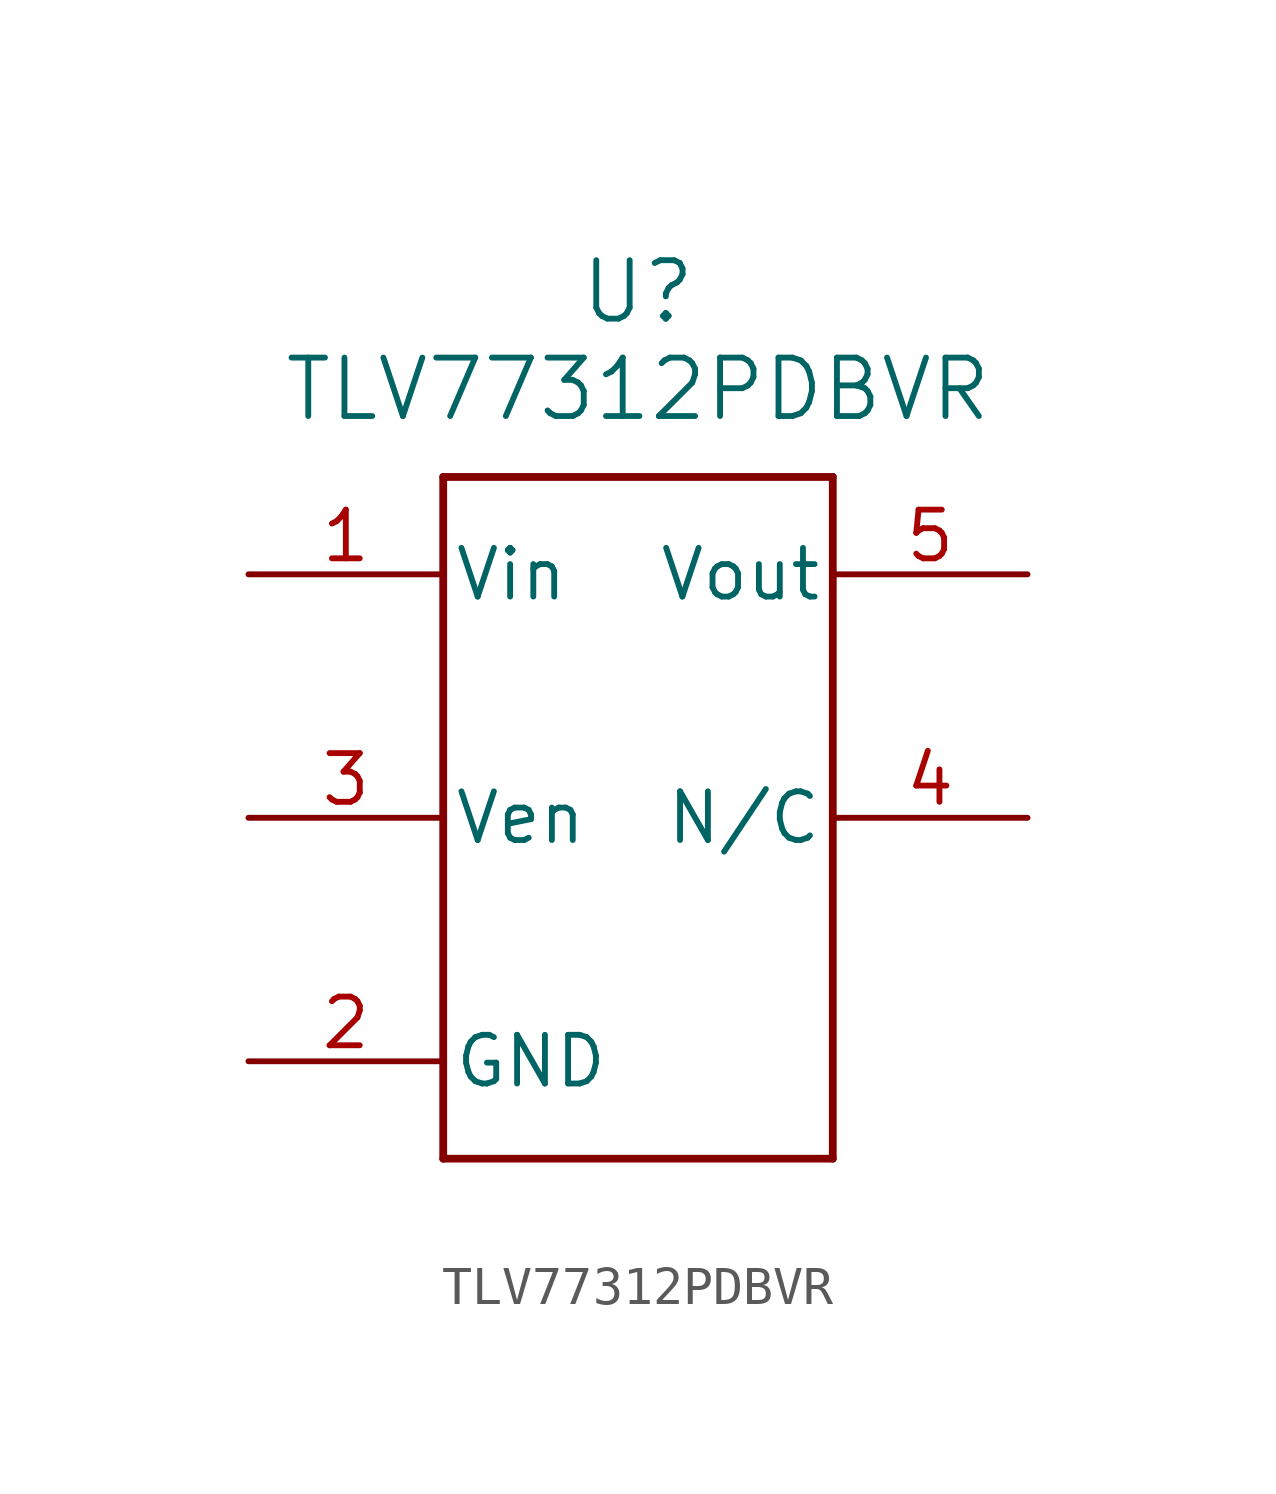
<source format=kicad_sym>
(kicad_symbol_lib
  (version 20241209)
  (generator "kicad_symbol_editor")
  (generator_version "9.0")
  (symbol "TLV77312PDBVR"
    (pin_names
      (offset 0.254))
    (property "Reference" "U"
      (at 0 12.446 0)
      (effects (font (size 1.524 1.524))))
    (property "Value" "TLV77312PDBVR"
      (at 0 9.906 0)
      (effects (font (size 1.524 1.524))))
    (property "ki_locked" ""
      (at 0 0 0)
      (effects (font (size 1.27 1.27))))
    (symbol "TLV77312PDBVR_0_1"
      (polyline (pts (xy -5.08 7.62) (xy -5.08 -10.16)) (stroke (width 0.203) (type default)) (fill (type none)))
      (polyline (pts (xy -5.08 -10.16) (xy 5.08 -10.16)) (stroke (width 0.203) (type default)) (fill (type none)))
      (polyline (pts (xy 5.08 7.62) (xy -5.08 7.62)) (stroke (width 0.203) (type default)) (fill (type none)))
      (polyline (pts (xy 5.08 -10.16) (xy 5.08 7.62)) (stroke (width 0.203) (type default)) (fill (type none)))
      (pin power_in line (at -10.16 5.08 0) (length 5.08) (name "Vin" (effects (font (size 1.27 1.27)))) (number "1" (effects (font (size 1.27 1.27)))))
      (pin input line (at -10.16 -1.27 0) (length 5.08) (name "Ven" (effects (font (size 1.27 1.27)))) (number "3" (effects (font (size 1.27 1.27)))))
      (pin power_in line (at -10.16 -7.62 0) (length 5.08) (name "GND" (effects (font (size 1.27 1.27)))) (number "2" (effects (font (size 1.27 1.27)))))
      (pin unspecified line (at 10.16 5.08 180) (length 5.08) (name "Vout" (effects (font (size 1.27 1.27)))) (number "5" (effects (font (size 1.27 1.27)))))
      (pin unspecified line (at 10.16 -1.27 180) (length 5.08) (name "N/C" (effects (font (size 1.27 1.27)))) (number "4" (effects (font (size 1.27 1.27))))))))
</source>
